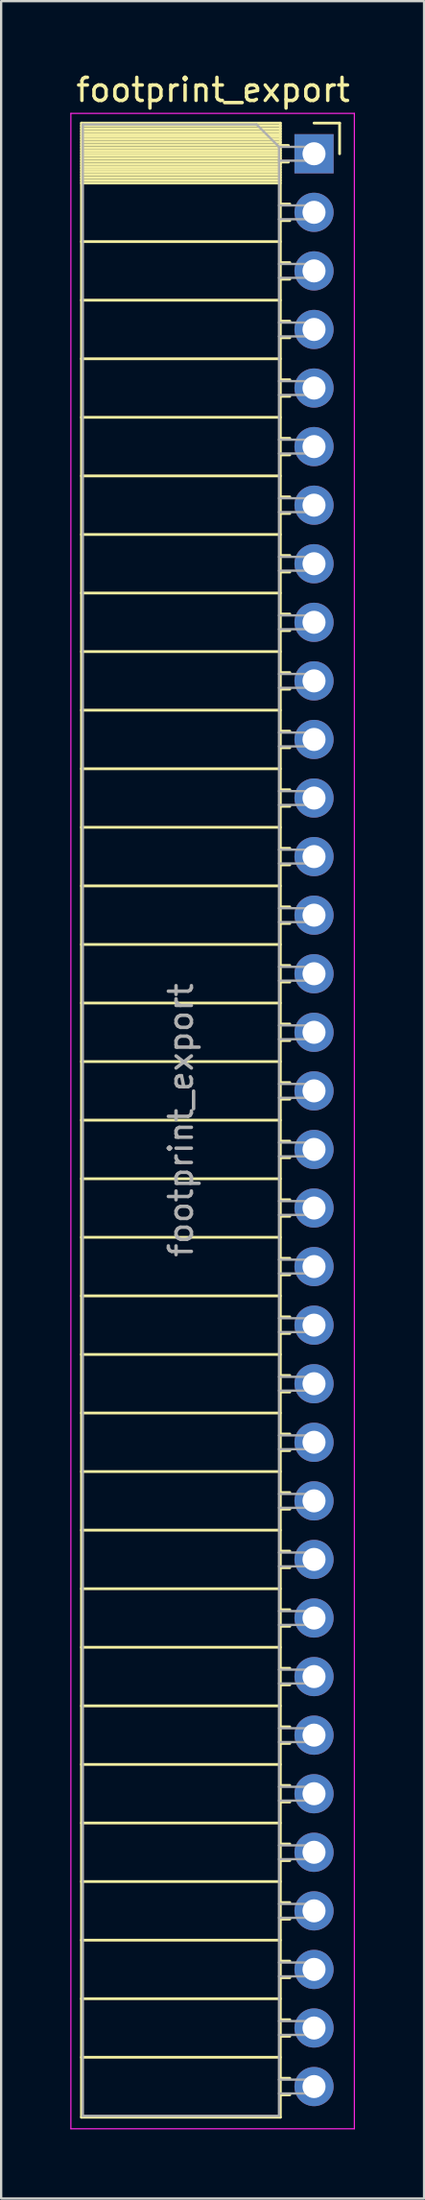
<source format=kicad_pcb>
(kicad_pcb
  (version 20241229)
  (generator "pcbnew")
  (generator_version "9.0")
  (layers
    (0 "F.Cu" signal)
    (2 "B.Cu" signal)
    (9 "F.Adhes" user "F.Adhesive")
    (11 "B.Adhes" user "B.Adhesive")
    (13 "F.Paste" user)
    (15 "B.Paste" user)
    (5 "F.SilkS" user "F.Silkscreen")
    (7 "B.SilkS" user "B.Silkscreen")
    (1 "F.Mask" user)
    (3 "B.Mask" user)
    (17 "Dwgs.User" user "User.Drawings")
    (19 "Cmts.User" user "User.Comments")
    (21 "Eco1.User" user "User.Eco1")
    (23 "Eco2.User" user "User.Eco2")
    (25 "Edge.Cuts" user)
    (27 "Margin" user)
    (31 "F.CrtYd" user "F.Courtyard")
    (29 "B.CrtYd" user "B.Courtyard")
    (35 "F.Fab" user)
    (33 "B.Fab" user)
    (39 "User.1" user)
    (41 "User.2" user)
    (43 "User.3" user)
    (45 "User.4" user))
  (footprint "footprint_export"
    (layer "F.Cu")
    (at 10.575 3.618)
    (property "Reference" "footprint_export" (at -4.38 -2.77 0) (layer "F.SilkS") (effects (font (size 1 1) (thickness 0.15))))
    (attr through_hole)
    (fp_line (start -10.09 -1.33) (end -10.09 85.15) (stroke (width 0.12) (type solid)) (layer "F.SilkS"))
    (fp_line (start -10.09 -1.33) (end -1.46 -1.33) (stroke (width 0.12) (type solid)) (layer "F.SilkS"))
    (fp_line (start -10.09 -1.21) (end -1.46 -1.21) (stroke (width 0.12) (type solid)) (layer "F.SilkS"))
    (fp_line (start -10.09 -1.092) (end -1.46 -1.092) (stroke (width 0.12) (type solid)) (layer "F.SilkS"))
    (fp_line (start -10.09 -0.974) (end -1.46 -0.974) (stroke (width 0.12) (type solid)) (layer "F.SilkS"))
    (fp_line (start -10.09 -0.856) (end -1.46 -0.856) (stroke (width 0.12) (type solid)) (layer "F.SilkS"))
    (fp_line (start -10.09 -0.738) (end -1.46 -0.738) (stroke (width 0.12) (type solid)) (layer "F.SilkS"))
    (fp_line (start -10.09 -0.62) (end -1.46 -0.62) (stroke (width 0.12) (type solid)) (layer "F.SilkS"))
    (fp_line (start -10.09 -0.501) (end -1.46 -0.501) (stroke (width 0.12) (type solid)) (layer "F.SilkS"))
    (fp_line (start -10.09 -0.383) (end -1.46 -0.383) (stroke (width 0.12) (type solid)) (layer "F.SilkS"))
    (fp_line (start -10.09 -0.265) (end -1.46 -0.265) (stroke (width 0.12) (type solid)) (layer "F.SilkS"))
    (fp_line (start -10.09 -0.147) (end -1.46 -0.147) (stroke (width 0.12) (type solid)) (layer "F.SilkS"))
    (fp_line (start -10.09 -0.029) (end -1.46 -0.029) (stroke (width 0.12) (type solid)) (layer "F.SilkS"))
    (fp_line (start -10.09 0.089) (end -1.46 0.089) (stroke (width 0.12) (type solid)) (layer "F.SilkS"))
    (fp_line (start -10.09 0.207) (end -1.46 0.207) (stroke (width 0.12) (type solid)) (layer "F.SilkS"))
    (fp_line (start -10.09 0.325) (end -1.46 0.325) (stroke (width 0.12) (type solid)) (layer "F.SilkS"))
    (fp_line (start -10.09 0.443) (end -1.46 0.443) (stroke (width 0.12) (type solid)) (layer "F.SilkS"))
    (fp_line (start -10.09 0.561) (end -1.46 0.561) (stroke (width 0.12) (type solid)) (layer "F.SilkS"))
    (fp_line (start -10.09 0.68) (end -1.46 0.68) (stroke (width 0.12) (type solid)) (layer "F.SilkS"))
    (fp_line (start -10.09 0.798) (end -1.46 0.798) (stroke (width 0.12) (type solid)) (layer "F.SilkS"))
    (fp_line (start -10.09 0.916) (end -1.46 0.916) (stroke (width 0.12) (type solid)) (layer "F.SilkS"))
    (fp_line (start -10.09 1.034) (end -1.46 1.034) (stroke (width 0.12) (type solid)) (layer "F.SilkS"))
    (fp_line (start -10.09 1.152) (end -1.46 1.152) (stroke (width 0.12) (type solid)) (layer "F.SilkS"))
    (fp_line (start -10.09 1.27) (end -1.46 1.27) (stroke (width 0.12) (type solid)) (layer "F.SilkS"))
    (fp_line (start -10.09 3.81) (end -1.46 3.81) (stroke (width 0.12) (type solid)) (layer "F.SilkS"))
    (fp_line (start -10.09 6.35) (end -1.46 6.35) (stroke (width 0.12) (type solid)) (layer "F.SilkS"))
    (fp_line (start -10.09 8.89) (end -1.46 8.89) (stroke (width 0.12) (type solid)) (layer "F.SilkS"))
    (fp_line (start -10.09 11.43) (end -1.46 11.43) (stroke (width 0.12) (type solid)) (layer "F.SilkS"))
    (fp_line (start -10.09 13.97) (end -1.46 13.97) (stroke (width 0.12) (type solid)) (layer "F.SilkS"))
    (fp_line (start -10.09 16.51) (end -1.46 16.51) (stroke (width 0.12) (type solid)) (layer "F.SilkS"))
    (fp_line (start -10.09 19.05) (end -1.46 19.05) (stroke (width 0.12) (type solid)) (layer "F.SilkS"))
    (fp_line (start -10.09 21.59) (end -1.46 21.59) (stroke (width 0.12) (type solid)) (layer "F.SilkS"))
    (fp_line (start -10.09 24.13) (end -1.46 24.13) (stroke (width 0.12) (type solid)) (layer "F.SilkS"))
    (fp_line (start -10.09 26.67) (end -1.46 26.67) (stroke (width 0.12) (type solid)) (layer "F.SilkS"))
    (fp_line (start -10.09 29.21) (end -1.46 29.21) (stroke (width 0.12) (type solid)) (layer "F.SilkS"))
    (fp_line (start -10.09 31.75) (end -1.46 31.75) (stroke (width 0.12) (type solid)) (layer "F.SilkS"))
    (fp_line (start -10.09 34.29) (end -1.46 34.29) (stroke (width 0.12) (type solid)) (layer "F.SilkS"))
    (fp_line (start -10.09 36.83) (end -1.46 36.83) (stroke (width 0.12) (type solid)) (layer "F.SilkS"))
    (fp_line (start -10.09 39.37) (end -1.46 39.37) (stroke (width 0.12) (type solid)) (layer "F.SilkS"))
    (fp_line (start -10.09 41.91) (end -1.46 41.91) (stroke (width 0.12) (type solid)) (layer "F.SilkS"))
    (fp_line (start -10.09 44.45) (end -1.46 44.45) (stroke (width 0.12) (type solid)) (layer "F.SilkS"))
    (fp_line (start -10.09 46.99) (end -1.46 46.99) (stroke (width 0.12) (type solid)) (layer "F.SilkS"))
    (fp_line (start -10.09 49.53) (end -1.46 49.53) (stroke (width 0.12) (type solid)) (layer "F.SilkS"))
    (fp_line (start -10.09 52.07) (end -1.46 52.07) (stroke (width 0.12) (type solid)) (layer "F.SilkS"))
    (fp_line (start -10.09 54.61) (end -1.46 54.61) (stroke (width 0.12) (type solid)) (layer "F.SilkS"))
    (fp_line (start -10.09 57.15) (end -1.46 57.15) (stroke (width 0.12) (type solid)) (layer "F.SilkS"))
    (fp_line (start -10.09 59.69) (end -1.46 59.69) (stroke (width 0.12) (type solid)) (layer "F.SilkS"))
    (fp_line (start -10.09 62.23) (end -1.46 62.23) (stroke (width 0.12) (type solid)) (layer "F.SilkS"))
    (fp_line (start -10.09 64.77) (end -1.46 64.77) (stroke (width 0.12) (type solid)) (layer "F.SilkS"))
    (fp_line (start -10.09 67.31) (end -1.46 67.31) (stroke (width 0.12) (type solid)) (layer "F.SilkS"))
    (fp_line (start -10.09 69.85) (end -1.46 69.85) (stroke (width 0.12) (type solid)) (layer "F.SilkS"))
    (fp_line (start -10.09 72.39) (end -1.46 72.39) (stroke (width 0.12) (type solid)) (layer "F.SilkS"))
    (fp_line (start -10.09 74.93) (end -1.46 74.93) (stroke (width 0.12) (type solid)) (layer "F.SilkS"))
    (fp_line (start -10.09 77.47) (end -1.46 77.47) (stroke (width 0.12) (type solid)) (layer "F.SilkS"))
    (fp_line (start -10.09 80.01) (end -1.46 80.01) (stroke (width 0.12) (type solid)) (layer "F.SilkS"))
    (fp_line (start -10.09 82.55) (end -1.46 82.55) (stroke (width 0.12) (type solid)) (layer "F.SilkS"))
    (fp_line (start -10.09 85.15) (end -1.46 85.15) (stroke (width 0.12) (type solid)) (layer "F.SilkS"))
    (fp_line (start -1.46 -1.33) (end -1.46 85.15) (stroke (width 0.12) (type solid)) (layer "F.SilkS"))
    (fp_line (start -1.46 -0.36) (end -1.11 -0.36) (stroke (width 0.12) (type solid)) (layer "F.SilkS"))
    (fp_line (start -1.46 0.36) (end -1.11 0.36) (stroke (width 0.12) (type solid)) (layer "F.SilkS"))
    (fp_line (start -1.46 2.18) (end -1.05 2.18) (stroke (width 0.12) (type solid)) (layer "F.SilkS"))
    (fp_line (start -1.46 2.9) (end -1.05 2.9) (stroke (width 0.12) (type solid)) (layer "F.SilkS"))
    (fp_line (start -1.46 4.72) (end -1.05 4.72) (stroke (width 0.12) (type solid)) (layer "F.SilkS"))
    (fp_line (start -1.46 5.44) (end -1.05 5.44) (stroke (width 0.12) (type solid)) (layer "F.SilkS"))
    (fp_line (start -1.46 7.26) (end -1.05 7.26) (stroke (width 0.12) (type solid)) (layer "F.SilkS"))
    (fp_line (start -1.46 7.98) (end -1.05 7.98) (stroke (width 0.12) (type solid)) (layer "F.SilkS"))
    (fp_line (start -1.46 9.8) (end -1.05 9.8) (stroke (width 0.12) (type solid)) (layer "F.SilkS"))
    (fp_line (start -1.46 10.52) (end -1.05 10.52) (stroke (width 0.12) (type solid)) (layer "F.SilkS"))
    (fp_line (start -1.46 12.34) (end -1.05 12.34) (stroke (width 0.12) (type solid)) (layer "F.SilkS"))
    (fp_line (start -1.46 13.06) (end -1.05 13.06) (stroke (width 0.12) (type solid)) (layer "F.SilkS"))
    (fp_line (start -1.46 14.88) (end -1.05 14.88) (stroke (width 0.12) (type solid)) (layer "F.SilkS"))
    (fp_line (start -1.46 15.6) (end -1.05 15.6) (stroke (width 0.12) (type solid)) (layer "F.SilkS"))
    (fp_line (start -1.46 17.42) (end -1.05 17.42) (stroke (width 0.12) (type solid)) (layer "F.SilkS"))
    (fp_line (start -1.46 18.14) (end -1.05 18.14) (stroke (width 0.12) (type solid)) (layer "F.SilkS"))
    (fp_line (start -1.46 19.96) (end -1.05 19.96) (stroke (width 0.12) (type solid)) (layer "F.SilkS"))
    (fp_line (start -1.46 20.68) (end -1.05 20.68) (stroke (width 0.12) (type solid)) (layer "F.SilkS"))
    (fp_line (start -1.46 22.5) (end -1.05 22.5) (stroke (width 0.12) (type solid)) (layer "F.SilkS"))
    (fp_line (start -1.46 23.22) (end -1.05 23.22) (stroke (width 0.12) (type solid)) (layer "F.SilkS"))
    (fp_line (start -1.46 25.04) (end -1.05 25.04) (stroke (width 0.12) (type solid)) (layer "F.SilkS"))
    (fp_line (start -1.46 25.76) (end -1.05 25.76) (stroke (width 0.12) (type solid)) (layer "F.SilkS"))
    (fp_line (start -1.46 27.58) (end -1.05 27.58) (stroke (width 0.12) (type solid)) (layer "F.SilkS"))
    (fp_line (start -1.46 28.3) (end -1.05 28.3) (stroke (width 0.12) (type solid)) (layer "F.SilkS"))
    (fp_line (start -1.46 30.12) (end -1.05 30.12) (stroke (width 0.12) (type solid)) (layer "F.SilkS"))
    (fp_line (start -1.46 30.84) (end -1.05 30.84) (stroke (width 0.12) (type solid)) (layer "F.SilkS"))
    (fp_line (start -1.46 32.66) (end -1.05 32.66) (stroke (width 0.12) (type solid)) (layer "F.SilkS"))
    (fp_line (start -1.46 33.38) (end -1.05 33.38) (stroke (width 0.12) (type solid)) (layer "F.SilkS"))
    (fp_line (start -1.46 35.2) (end -1.05 35.2) (stroke (width 0.12) (type solid)) (layer "F.SilkS"))
    (fp_line (start -1.46 35.92) (end -1.05 35.92) (stroke (width 0.12) (type solid)) (layer "F.SilkS"))
    (fp_line (start -1.46 37.74) (end -1.05 37.74) (stroke (width 0.12) (type solid)) (layer "F.SilkS"))
    (fp_line (start -1.46 38.46) (end -1.05 38.46) (stroke (width 0.12) (type solid)) (layer "F.SilkS"))
    (fp_line (start -1.46 40.28) (end -1.05 40.28) (stroke (width 0.12) (type solid)) (layer "F.SilkS"))
    (fp_line (start -1.46 41) (end -1.05 41) (stroke (width 0.12) (type solid)) (layer "F.SilkS"))
    (fp_line (start -1.46 42.82) (end -1.05 42.82) (stroke (width 0.12) (type solid)) (layer "F.SilkS"))
    (fp_line (start -1.46 43.54) (end -1.05 43.54) (stroke (width 0.12) (type solid)) (layer "F.SilkS"))
    (fp_line (start -1.46 45.36) (end -1.05 45.36) (stroke (width 0.12) (type solid)) (layer "F.SilkS"))
    (fp_line (start -1.46 46.08) (end -1.05 46.08) (stroke (width 0.12) (type solid)) (layer "F.SilkS"))
    (fp_line (start -1.46 47.9) (end -1.05 47.9) (stroke (width 0.12) (type solid)) (layer "F.SilkS"))
    (fp_line (start -1.46 48.62) (end -1.05 48.62) (stroke (width 0.12) (type solid)) (layer "F.SilkS"))
    (fp_line (start -1.46 50.44) (end -1.05 50.44) (stroke (width 0.12) (type solid)) (layer "F.SilkS"))
    (fp_line (start -1.46 51.16) (end -1.05 51.16) (stroke (width 0.12) (type solid)) (layer "F.SilkS"))
    (fp_line (start -1.46 52.98) (end -1.05 52.98) (stroke (width 0.12) (type solid)) (layer "F.SilkS"))
    (fp_line (start -1.46 53.7) (end -1.05 53.7) (stroke (width 0.12) (type solid)) (layer "F.SilkS"))
    (fp_line (start -1.46 55.52) (end -1.05 55.52) (stroke (width 0.12) (type solid)) (layer "F.SilkS"))
    (fp_line (start -1.46 56.24) (end -1.05 56.24) (stroke (width 0.12) (type solid)) (layer "F.SilkS"))
    (fp_line (start -1.46 58.06) (end -1.05 58.06) (stroke (width 0.12) (type solid)) (layer "F.SilkS"))
    (fp_line (start -1.46 58.78) (end -1.05 58.78) (stroke (width 0.12) (type solid)) (layer "F.SilkS"))
    (fp_line (start -1.46 60.6) (end -1.05 60.6) (stroke (width 0.12) (type solid)) (layer "F.SilkS"))
    (fp_line (start -1.46 61.32) (end -1.05 61.32) (stroke (width 0.12) (type solid)) (layer "F.SilkS"))
    (fp_line (start -1.46 63.14) (end -1.05 63.14) (stroke (width 0.12) (type solid)) (layer "F.SilkS"))
    (fp_line (start -1.46 63.86) (end -1.05 63.86) (stroke (width 0.12) (type solid)) (layer "F.SilkS"))
    (fp_line (start -1.46 65.68) (end -1.05 65.68) (stroke (width 0.12) (type solid)) (layer "F.SilkS"))
    (fp_line (start -1.46 66.4) (end -1.05 66.4) (stroke (width 0.12) (type solid)) (layer "F.SilkS"))
    (fp_line (start -1.46 68.22) (end -1.05 68.22) (stroke (width 0.12) (type solid)) (layer "F.SilkS"))
    (fp_line (start -1.46 68.94) (end -1.05 68.94) (stroke (width 0.12) (type solid)) (layer "F.SilkS"))
    (fp_line (start -1.46 70.76) (end -1.05 70.76) (stroke (width 0.12) (type solid)) (layer "F.SilkS"))
    (fp_line (start -1.46 71.48) (end -1.05 71.48) (stroke (width 0.12) (type solid)) (layer "F.SilkS"))
    (fp_line (start -1.46 73.3) (end -1.05 73.3) (stroke (width 0.12) (type solid)) (layer "F.SilkS"))
    (fp_line (start -1.46 74.02) (end -1.05 74.02) (stroke (width 0.12) (type solid)) (layer "F.SilkS"))
    (fp_line (start -1.46 75.84) (end -1.05 75.84) (stroke (width 0.12) (type solid)) (layer "F.SilkS"))
    (fp_line (start -1.46 76.56) (end -1.05 76.56) (stroke (width 0.12) (type solid)) (layer "F.SilkS"))
    (fp_line (start -1.46 78.38) (end -1.05 78.38) (stroke (width 0.12) (type solid)) (layer "F.SilkS"))
    (fp_line (start -1.46 79.1) (end -1.05 79.1) (stroke (width 0.12) (type solid)) (layer "F.SilkS"))
    (fp_line (start -1.46 80.92) (end -1.05 80.92) (stroke (width 0.12) (type solid)) (layer "F.SilkS"))
    (fp_line (start -1.46 81.64) (end -1.05 81.64) (stroke (width 0.12) (type solid)) (layer "F.SilkS"))
    (fp_line (start -1.46 83.46) (end -1.05 83.46) (stroke (width 0.12) (type solid)) (layer "F.SilkS"))
    (fp_line (start -1.46 84.18) (end -1.05 84.18) (stroke (width 0.12) (type solid)) (layer "F.SilkS"))
    (fp_line (start 0 -1.33) (end 1.11 -1.33) (stroke (width 0.12) (type solid)) (layer "F.SilkS"))
    (fp_line (start 1.11 -1.33) (end 1.11 0) (stroke (width 0.12) (type solid)) (layer "F.SilkS"))
    (fp_line (start -10.55 -1.75) (end -10.55 85.65) (stroke (width 0.05) (type solid)) (layer "F.CrtYd"))
    (fp_line (start -10.55 85.65) (end 1.75 85.65) (stroke (width 0.05) (type solid)) (layer "F.CrtYd"))
    (fp_line (start 1.75 -1.75) (end -10.55 -1.75) (stroke (width 0.05) (type solid)) (layer "F.CrtYd"))
    (fp_line (start 1.75 85.65) (end 1.75 -1.75) (stroke (width 0.05) (type solid)) (layer "F.CrtYd"))
    (fp_line (start -10.03 -1.27) (end -2.49 -1.27) (stroke (width 0.1) (type solid)) (layer "F.Fab"))
    (fp_line (start -10.03 85.09) (end -10.03 -1.27) (stroke (width 0.1) (type solid)) (layer "F.Fab"))
    (fp_line (start -2.49 -1.27) (end -1.52 -0.3) (stroke (width 0.1) (type solid)) (layer "F.Fab"))
    (fp_line (start -1.52 -0.3) (end -1.52 85.09) (stroke (width 0.1) (type solid)) (layer "F.Fab"))
    (fp_line (start -1.52 0.3) (end 0 0.3) (stroke (width 0.1) (type solid)) (layer "F.Fab"))
    (fp_line (start -1.52 2.84) (end 0 2.84) (stroke (width 0.1) (type solid)) (layer "F.Fab"))
    (fp_line (start -1.52 5.38) (end 0 5.38) (stroke (width 0.1) (type solid)) (layer "F.Fab"))
    (fp_line (start -1.52 7.92) (end 0 7.92) (stroke (width 0.1) (type solid)) (layer "F.Fab"))
    (fp_line (start -1.52 10.46) (end 0 10.46) (stroke (width 0.1) (type solid)) (layer "F.Fab"))
    (fp_line (start -1.52 13) (end 0 13) (stroke (width 0.1) (type solid)) (layer "F.Fab"))
    (fp_line (start -1.52 15.54) (end 0 15.54) (stroke (width 0.1) (type solid)) (layer "F.Fab"))
    (fp_line (start -1.52 18.08) (end 0 18.08) (stroke (width 0.1) (type solid)) (layer "F.Fab"))
    (fp_line (start -1.52 20.62) (end 0 20.62) (stroke (width 0.1) (type solid)) (layer "F.Fab"))
    (fp_line (start -1.52 23.16) (end 0 23.16) (stroke (width 0.1) (type solid)) (layer "F.Fab"))
    (fp_line (start -1.52 25.7) (end 0 25.7) (stroke (width 0.1) (type solid)) (layer "F.Fab"))
    (fp_line (start -1.52 28.24) (end 0 28.24) (stroke (width 0.1) (type solid)) (layer "F.Fab"))
    (fp_line (start -1.52 30.78) (end 0 30.78) (stroke (width 0.1) (type solid)) (layer "F.Fab"))
    (fp_line (start -1.52 33.32) (end 0 33.32) (stroke (width 0.1) (type solid)) (layer "F.Fab"))
    (fp_line (start -1.52 35.86) (end 0 35.86) (stroke (width 0.1) (type solid)) (layer "F.Fab"))
    (fp_line (start -1.52 38.4) (end 0 38.4) (stroke (width 0.1) (type solid)) (layer "F.Fab"))
    (fp_line (start -1.52 40.94) (end 0 40.94) (stroke (width 0.1) (type solid)) (layer "F.Fab"))
    (fp_line (start -1.52 43.48) (end 0 43.48) (stroke (width 0.1) (type solid)) (layer "F.Fab"))
    (fp_line (start -1.52 46.02) (end 0 46.02) (stroke (width 0.1) (type solid)) (layer "F.Fab"))
    (fp_line (start -1.52 48.56) (end 0 48.56) (stroke (width 0.1) (type solid)) (layer "F.Fab"))
    (fp_line (start -1.52 51.1) (end 0 51.1) (stroke (width 0.1) (type solid)) (layer "F.Fab"))
    (fp_line (start -1.52 53.64) (end 0 53.64) (stroke (width 0.1) (type solid)) (layer "F.Fab"))
    (fp_line (start -1.52 56.18) (end 0 56.18) (stroke (width 0.1) (type solid)) (layer "F.Fab"))
    (fp_line (start -1.52 58.72) (end 0 58.72) (stroke (width 0.1) (type solid)) (layer "F.Fab"))
    (fp_line (start -1.52 61.26) (end 0 61.26) (stroke (width 0.1) (type solid)) (layer "F.Fab"))
    (fp_line (start -1.52 63.8) (end 0 63.8) (stroke (width 0.1) (type solid)) (layer "F.Fab"))
    (fp_line (start -1.52 66.34) (end 0 66.34) (stroke (width 0.1) (type solid)) (layer "F.Fab"))
    (fp_line (start -1.52 68.88) (end 0 68.88) (stroke (width 0.1) (type solid)) (layer "F.Fab"))
    (fp_line (start -1.52 71.42) (end 0 71.42) (stroke (width 0.1) (type solid)) (layer "F.Fab"))
    (fp_line (start -1.52 73.96) (end 0 73.96) (stroke (width 0.1) (type solid)) (layer "F.Fab"))
    (fp_line (start -1.52 76.5) (end 0 76.5) (stroke (width 0.1) (type solid)) (layer "F.Fab"))
    (fp_line (start -1.52 79.04) (end 0 79.04) (stroke (width 0.1) (type solid)) (layer "F.Fab"))
    (fp_line (start -1.52 81.58) (end 0 81.58) (stroke (width 0.1) (type solid)) (layer "F.Fab"))
    (fp_line (start -1.52 84.12) (end 0 84.12) (stroke (width 0.1) (type solid)) (layer "F.Fab"))
    (fp_line (start -1.52 85.09) (end -10.03 85.09) (stroke (width 0.1) (type solid)) (layer "F.Fab"))
    (fp_line (start 0 -0.3) (end -1.52 -0.3) (stroke (width 0.1) (type solid)) (layer "F.Fab"))
    (fp_line (start 0 0.3) (end 0 -0.3) (stroke (width 0.1) (type solid)) (layer "F.Fab"))
    (fp_line (start 0 2.24) (end -1.52 2.24) (stroke (width 0.1) (type solid)) (layer "F.Fab"))
    (fp_line (start 0 2.84) (end 0 2.24) (stroke (width 0.1) (type solid)) (layer "F.Fab"))
    (fp_line (start 0 4.78) (end -1.52 4.78) (stroke (width 0.1) (type solid)) (layer "F.Fab"))
    (fp_line (start 0 5.38) (end 0 4.78) (stroke (width 0.1) (type solid)) (layer "F.Fab"))
    (fp_line (start 0 7.32) (end -1.52 7.32) (stroke (width 0.1) (type solid)) (layer "F.Fab"))
    (fp_line (start 0 7.92) (end 0 7.32) (stroke (width 0.1) (type solid)) (layer "F.Fab"))
    (fp_line (start 0 9.86) (end -1.52 9.86) (stroke (width 0.1) (type solid)) (layer "F.Fab"))
    (fp_line (start 0 10.46) (end 0 9.86) (stroke (width 0.1) (type solid)) (layer "F.Fab"))
    (fp_line (start 0 12.4) (end -1.52 12.4) (stroke (width 0.1) (type solid)) (layer "F.Fab"))
    (fp_line (start 0 13) (end 0 12.4) (stroke (width 0.1) (type solid)) (layer "F.Fab"))
    (fp_line (start 0 14.94) (end -1.52 14.94) (stroke (width 0.1) (type solid)) (layer "F.Fab"))
    (fp_line (start 0 15.54) (end 0 14.94) (stroke (width 0.1) (type solid)) (layer "F.Fab"))
    (fp_line (start 0 17.48) (end -1.52 17.48) (stroke (width 0.1) (type solid)) (layer "F.Fab"))
    (fp_line (start 0 18.08) (end 0 17.48) (stroke (width 0.1) (type solid)) (layer "F.Fab"))
    (fp_line (start 0 20.02) (end -1.52 20.02) (stroke (width 0.1) (type solid)) (layer "F.Fab"))
    (fp_line (start 0 20.62) (end 0 20.02) (stroke (width 0.1) (type solid)) (layer "F.Fab"))
    (fp_line (start 0 22.56) (end -1.52 22.56) (stroke (width 0.1) (type solid)) (layer "F.Fab"))
    (fp_line (start 0 23.16) (end 0 22.56) (stroke (width 0.1) (type solid)) (layer "F.Fab"))
    (fp_line (start 0 25.1) (end -1.52 25.1) (stroke (width 0.1) (type solid)) (layer "F.Fab"))
    (fp_line (start 0 25.7) (end 0 25.1) (stroke (width 0.1) (type solid)) (layer "F.Fab"))
    (fp_line (start 0 27.64) (end -1.52 27.64) (stroke (width 0.1) (type solid)) (layer "F.Fab"))
    (fp_line (start 0 28.24) (end 0 27.64) (stroke (width 0.1) (type solid)) (layer "F.Fab"))
    (fp_line (start 0 30.18) (end -1.52 30.18) (stroke (width 0.1) (type solid)) (layer "F.Fab"))
    (fp_line (start 0 30.78) (end 0 30.18) (stroke (width 0.1) (type solid)) (layer "F.Fab"))
    (fp_line (start 0 32.72) (end -1.52 32.72) (stroke (width 0.1) (type solid)) (layer "F.Fab"))
    (fp_line (start 0 33.32) (end 0 32.72) (stroke (width 0.1) (type solid)) (layer "F.Fab"))
    (fp_line (start 0 35.26) (end -1.52 35.26) (stroke (width 0.1) (type solid)) (layer "F.Fab"))
    (fp_line (start 0 35.86) (end 0 35.26) (stroke (width 0.1) (type solid)) (layer "F.Fab"))
    (fp_line (start 0 37.8) (end -1.52 37.8) (stroke (width 0.1) (type solid)) (layer "F.Fab"))
    (fp_line (start 0 38.4) (end 0 37.8) (stroke (width 0.1) (type solid)) (layer "F.Fab"))
    (fp_line (start 0 40.34) (end -1.52 40.34) (stroke (width 0.1) (type solid)) (layer "F.Fab"))
    (fp_line (start 0 40.94) (end 0 40.34) (stroke (width 0.1) (type solid)) (layer "F.Fab"))
    (fp_line (start 0 42.88) (end -1.52 42.88) (stroke (width 0.1) (type solid)) (layer "F.Fab"))
    (fp_line (start 0 43.48) (end 0 42.88) (stroke (width 0.1) (type solid)) (layer "F.Fab"))
    (fp_line (start 0 45.42) (end -1.52 45.42) (stroke (width 0.1) (type solid)) (layer "F.Fab"))
    (fp_line (start 0 46.02) (end 0 45.42) (stroke (width 0.1) (type solid)) (layer "F.Fab"))
    (fp_line (start 0 47.96) (end -1.52 47.96) (stroke (width 0.1) (type solid)) (layer "F.Fab"))
    (fp_line (start 0 48.56) (end 0 47.96) (stroke (width 0.1) (type solid)) (layer "F.Fab"))
    (fp_line (start 0 50.5) (end -1.52 50.5) (stroke (width 0.1) (type solid)) (layer "F.Fab"))
    (fp_line (start 0 51.1) (end 0 50.5) (stroke (width 0.1) (type solid)) (layer "F.Fab"))
    (fp_line (start 0 53.04) (end -1.52 53.04) (stroke (width 0.1) (type solid)) (layer "F.Fab"))
    (fp_line (start 0 53.64) (end 0 53.04) (stroke (width 0.1) (type solid)) (layer "F.Fab"))
    (fp_line (start 0 55.58) (end -1.52 55.58) (stroke (width 0.1) (type solid)) (layer "F.Fab"))
    (fp_line (start 0 56.18) (end 0 55.58) (stroke (width 0.1) (type solid)) (layer "F.Fab"))
    (fp_line (start 0 58.12) (end -1.52 58.12) (stroke (width 0.1) (type solid)) (layer "F.Fab"))
    (fp_line (start 0 58.72) (end 0 58.12) (stroke (width 0.1) (type solid)) (layer "F.Fab"))
    (fp_line (start 0 60.66) (end -1.52 60.66) (stroke (width 0.1) (type solid)) (layer "F.Fab"))
    (fp_line (start 0 61.26) (end 0 60.66) (stroke (width 0.1) (type solid)) (layer "F.Fab"))
    (fp_line (start 0 63.2) (end -1.52 63.2) (stroke (width 0.1) (type solid)) (layer "F.Fab"))
    (fp_line (start 0 63.8) (end 0 63.2) (stroke (width 0.1) (type solid)) (layer "F.Fab"))
    (fp_line (start 0 65.74) (end -1.52 65.74) (stroke (width 0.1) (type solid)) (layer "F.Fab"))
    (fp_line (start 0 66.34) (end 0 65.74) (stroke (width 0.1) (type solid)) (layer "F.Fab"))
    (fp_line (start 0 68.28) (end -1.52 68.28) (stroke (width 0.1) (type solid)) (layer "F.Fab"))
    (fp_line (start 0 68.88) (end 0 68.28) (stroke (width 0.1) (type solid)) (layer "F.Fab"))
    (fp_line (start 0 70.82) (end -1.52 70.82) (stroke (width 0.1) (type solid)) (layer "F.Fab"))
    (fp_line (start 0 71.42) (end 0 70.82) (stroke (width 0.1) (type solid)) (layer "F.Fab"))
    (fp_line (start 0 73.36) (end -1.52 73.36) (stroke (width 0.1) (type solid)) (layer "F.Fab"))
    (fp_line (start 0 73.96) (end 0 73.36) (stroke (width 0.1) (type solid)) (layer "F.Fab"))
    (fp_line (start 0 75.9) (end -1.52 75.9) (stroke (width 0.1) (type solid)) (layer "F.Fab"))
    (fp_line (start 0 76.5) (end 0 75.9) (stroke (width 0.1) (type solid)) (layer "F.Fab"))
    (fp_line (start 0 78.44) (end -1.52 78.44) (stroke (width 0.1) (type solid)) (layer "F.Fab"))
    (fp_line (start 0 79.04) (end 0 78.44) (stroke (width 0.1) (type solid)) (layer "F.Fab"))
    (fp_line (start 0 80.98) (end -1.52 80.98) (stroke (width 0.1) (type solid)) (layer "F.Fab"))
    (fp_line (start 0 81.58) (end 0 80.98) (stroke (width 0.1) (type solid)) (layer "F.Fab"))
    (fp_line (start 0 83.52) (end -1.52 83.52) (stroke (width 0.1) (type solid)) (layer "F.Fab"))
    (fp_line (start 0 84.12) (end 0 83.52) (stroke (width 0.1) (type solid)) (layer "F.Fab"))
    (fp_text user "${REFERENCE}" (at -5.775 41.91 90) (layer "F.Fab") (effects (font (size 1 1) (thickness 0.15))))
    (pad "1" thru_hole rect (at 0 0) (size 1.7 1.7) (drill 1) (layers "*.Cu" "*.Mask"))
    (pad "2" thru_hole oval (at 0 2.54) (size 1.7 1.7) (drill 1) (layers "*.Cu" "*.Mask"))
    (pad "3" thru_hole oval (at 0 5.08) (size 1.7 1.7) (drill 1) (layers "*.Cu" "*.Mask"))
    (pad "4" thru_hole oval (at 0 7.62) (size 1.7 1.7) (drill 1) (layers "*.Cu" "*.Mask"))
    (pad "5" thru_hole oval (at 0 10.16) (size 1.7 1.7) (drill 1) (layers "*.Cu" "*.Mask"))
    (pad "6" thru_hole oval (at 0 12.7) (size 1.7 1.7) (drill 1) (layers "*.Cu" "*.Mask"))
    (pad "7" thru_hole oval (at 0 15.24) (size 1.7 1.7) (drill 1) (layers "*.Cu" "*.Mask"))
    (pad "8" thru_hole oval (at 0 17.78) (size 1.7 1.7) (drill 1) (layers "*.Cu" "*.Mask"))
    (pad "9" thru_hole oval (at 0 20.32) (size 1.7 1.7) (drill 1) (layers "*.Cu" "*.Mask"))
    (pad "10" thru_hole oval (at 0 22.86) (size 1.7 1.7) (drill 1) (layers "*.Cu" "*.Mask"))
    (pad "11" thru_hole oval (at 0 25.4) (size 1.7 1.7) (drill 1) (layers "*.Cu" "*.Mask"))
    (pad "12" thru_hole oval (at 0 27.94) (size 1.7 1.7) (drill 1) (layers "*.Cu" "*.Mask"))
    (pad "13" thru_hole oval (at 0 30.48) (size 1.7 1.7) (drill 1) (layers "*.Cu" "*.Mask"))
    (pad "14" thru_hole oval (at 0 33.02) (size 1.7 1.7) (drill 1) (layers "*.Cu" "*.Mask"))
    (pad "15" thru_hole oval (at 0 35.56) (size 1.7 1.7) (drill 1) (layers "*.Cu" "*.Mask"))
    (pad "16" thru_hole oval (at 0 38.1) (size 1.7 1.7) (drill 1) (layers "*.Cu" "*.Mask"))
    (pad "17" thru_hole oval (at 0 40.64) (size 1.7 1.7) (drill 1) (layers "*.Cu" "*.Mask"))
    (pad "18" thru_hole oval (at 0 43.18) (size 1.7 1.7) (drill 1) (layers "*.Cu" "*.Mask"))
    (pad "19" thru_hole oval (at 0 45.72) (size 1.7 1.7) (drill 1) (layers "*.Cu" "*.Mask"))
    (pad "20" thru_hole oval (at 0 48.26) (size 1.7 1.7) (drill 1) (layers "*.Cu" "*.Mask"))
    (pad "21" thru_hole oval (at 0 50.8) (size 1.7 1.7) (drill 1) (layers "*.Cu" "*.Mask"))
    (pad "22" thru_hole oval (at 0 53.34) (size 1.7 1.7) (drill 1) (layers "*.Cu" "*.Mask"))
    (pad "23" thru_hole oval (at 0 55.88) (size 1.7 1.7) (drill 1) (layers "*.Cu" "*.Mask"))
    (pad "24" thru_hole oval (at 0 58.42) (size 1.7 1.7) (drill 1) (layers "*.Cu" "*.Mask"))
    (pad "25" thru_hole oval (at 0 60.96) (size 1.7 1.7) (drill 1) (layers "*.Cu" "*.Mask"))
    (pad "26" thru_hole oval (at 0 63.5) (size 1.7 1.7) (drill 1) (layers "*.Cu" "*.Mask"))
    (pad "27" thru_hole oval (at 0 66.04) (size 1.7 1.7) (drill 1) (layers "*.Cu" "*.Mask"))
    (pad "28" thru_hole oval (at 0 68.58) (size 1.7 1.7) (drill 1) (layers "*.Cu" "*.Mask"))
    (pad "29" thru_hole oval (at 0 71.12) (size 1.7 1.7) (drill 1) (layers "*.Cu" "*.Mask"))
    (pad "30" thru_hole oval (at 0 73.66) (size 1.7 1.7) (drill 1) (layers "*.Cu" "*.Mask"))
    (pad "31" thru_hole oval (at 0 76.2) (size 1.7 1.7) (drill 1) (layers "*.Cu" "*.Mask"))
    (pad "32" thru_hole oval (at 0 78.74) (size 1.7 1.7) (drill 1) (layers "*.Cu" "*.Mask"))
    (pad "33" thru_hole oval (at 0 81.28) (size 1.7 1.7) (drill 1) (layers "*.Cu" "*.Mask"))
    (pad "34" thru_hole oval (at 0 83.82) (size 1.7 1.7) (drill 1) (layers "*.Cu" "*.Mask")))
  (gr_rect
    (start -3 -3)
    (end 15.35 92.293)
    (stroke (width 0.1) (type default))
    (fill no)
    (layer "Edge.Cuts")))
</source>
